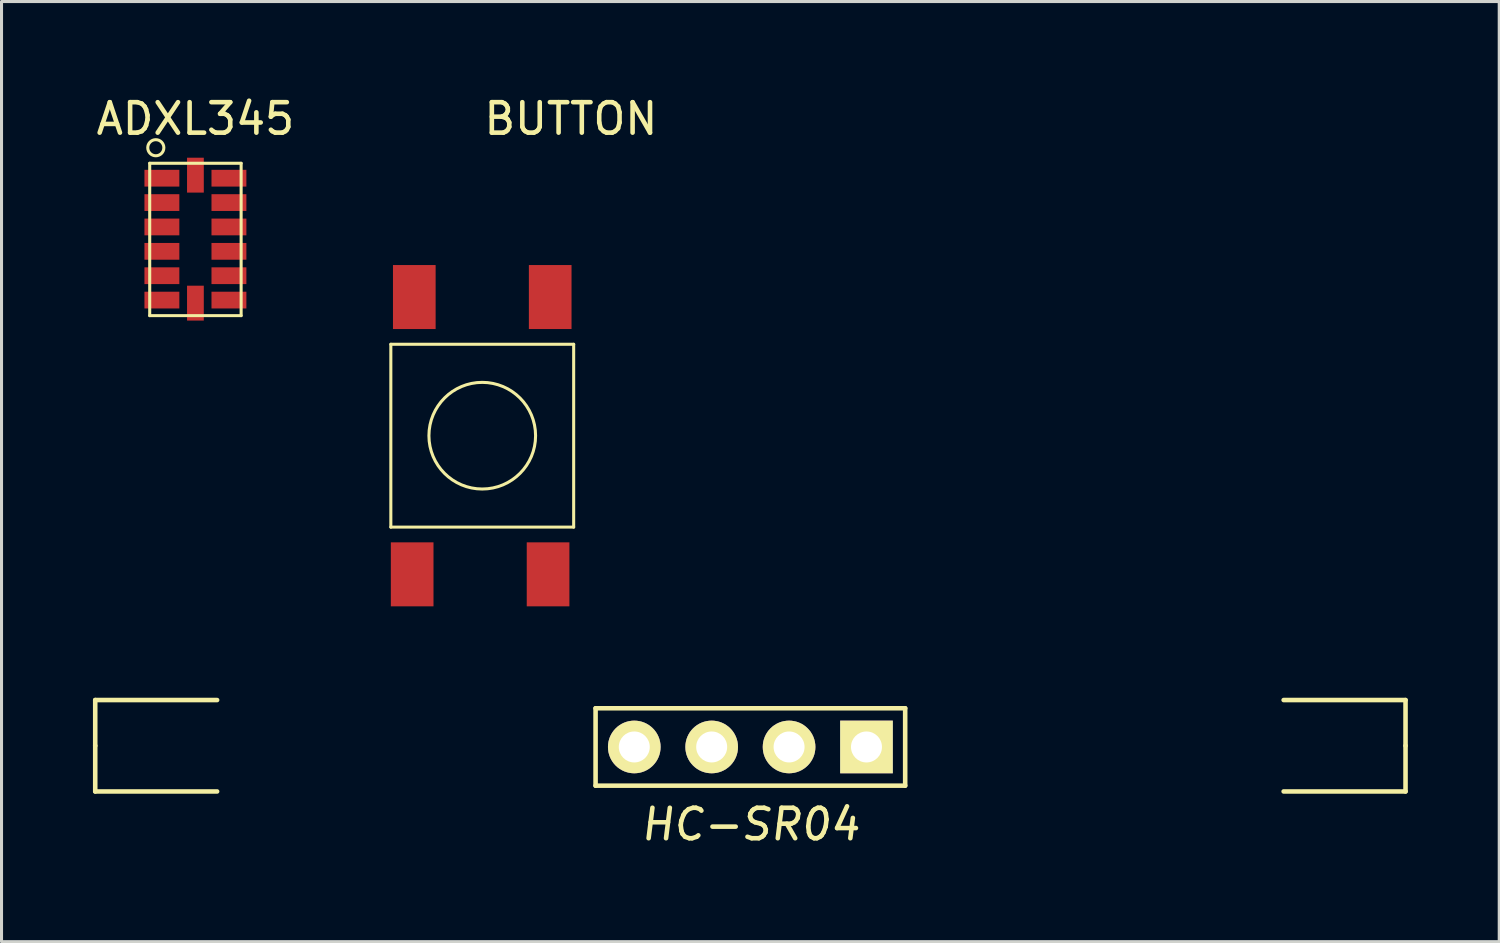
<source format=kicad_pcb>
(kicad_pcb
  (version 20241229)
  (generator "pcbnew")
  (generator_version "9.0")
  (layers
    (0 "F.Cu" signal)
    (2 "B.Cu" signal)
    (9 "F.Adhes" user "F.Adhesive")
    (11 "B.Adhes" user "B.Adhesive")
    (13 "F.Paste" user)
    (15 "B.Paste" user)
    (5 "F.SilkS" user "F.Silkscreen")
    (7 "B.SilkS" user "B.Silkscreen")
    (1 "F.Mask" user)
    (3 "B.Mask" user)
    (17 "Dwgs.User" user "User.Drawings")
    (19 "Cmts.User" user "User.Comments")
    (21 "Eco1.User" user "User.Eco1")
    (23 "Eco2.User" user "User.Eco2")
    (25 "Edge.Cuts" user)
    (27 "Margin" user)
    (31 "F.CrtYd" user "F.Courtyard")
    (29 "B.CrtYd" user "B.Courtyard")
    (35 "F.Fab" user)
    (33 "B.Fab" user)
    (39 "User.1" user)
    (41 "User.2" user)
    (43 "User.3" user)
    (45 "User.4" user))
  (footprint "HC-SR04"
    (layer "F.Cu")
    (at 21.575 21.423)
    (property "Reference" "HC-SR04" (at 0 2.58 0) (layer "F.SilkS") (effects (font (size 1 1) (thickness 0.15) (italic yes))))
    (attr through_hole)
    (fp_line (start -21.5 -1.5) (end -17.5 -1.5) (stroke (width 0.15) (type solid)) (layer "F.SilkS"))
    (fp_line (start -21.5 0) (end -21.5 -1.5) (stroke (width 0.15) (type solid)) (layer "F.SilkS"))
    (fp_line (start -21.5 0) (end -21.5 1.5) (stroke (width 0.15) (type solid)) (layer "F.SilkS"))
    (fp_line (start -21.5 1.5) (end -17.5 1.5) (stroke (width 0.15) (type solid)) (layer "F.SilkS"))
    (fp_line (start -5.08 -1.23) (end 5.08 -1.23) (stroke (width 0.15) (type solid)) (layer "F.SilkS"))
    (fp_line (start -5.08 1.31) (end -5.08 -1.23) (stroke (width 0.15) (type solid)) (layer "F.SilkS"))
    (fp_line (start 5.08 -1.23) (end 5.08 1.31) (stroke (width 0.15) (type solid)) (layer "F.SilkS"))
    (fp_line (start 5.08 1.31) (end -5.08 1.31) (stroke (width 0.15) (type solid)) (layer "F.SilkS"))
    (fp_line (start 21.5 -1.5) (end 17.5 -1.5) (stroke (width 0.15) (type solid)) (layer "F.SilkS"))
    (fp_line (start 21.5 0) (end 21.5 -1.5) (stroke (width 0.15) (type solid)) (layer "F.SilkS"))
    (fp_line (start 21.5 0) (end 21.5 1.5) (stroke (width 0.15) (type solid)) (layer "F.SilkS"))
    (fp_line (start 21.5 1.5) (end 17.5 1.5) (stroke (width 0.15) (type solid)) (layer "F.SilkS"))
    (pad "1" thru_hole rect (at 3.81 0.04) (size 1.727 1.727) (drill 1.016) (layers "*.Cu" "*.Mask" "F.SilkS"))
    (pad "2" thru_hole circle (at 1.27 0.04) (size 1.727 1.727) (drill 1.016) (layers "*.Cu" "*.Mask" "F.SilkS"))
    (pad "3" thru_hole circle (at -1.27 0.04) (size 1.727 1.727) (drill 1.016) (layers "*.Cu" "*.Mask" "F.SilkS"))
    (pad "4" thru_hole circle (at -3.81 0.04) (size 1.727 1.727) (drill 1.016) (layers "*.Cu" "*.Mask" "F.SilkS")))
  (footprint "ADXL345"
    (layer "F.Cu")
    (at 3.363 4.808)
    (property "Reference" "ADXL345" (at 0 -3.96 0) (layer "F.SilkS") (effects (font (size 1 1) (thickness 0.15))))
    (attr through_hole)
    (fp_line (start -1.5 -2.5) (end 1.5 -2.5) (stroke (width 0.1) (type solid)) (layer "F.SilkS"))
    (fp_line (start -1.5 2.5) (end -1.5 -2.5) (stroke (width 0.1) (type solid)) (layer "F.SilkS"))
    (fp_line (start 1.5 -2.5) (end 1.5 2.5) (stroke (width 0.1) (type solid)) (layer "F.SilkS"))
    (fp_line (start 1.5 2.5) (end -1.5 2.5) (stroke (width 0.1) (type solid)) (layer "F.SilkS"))
    (fp_circle (center -1.3 -3.01) (end -1.06 -2.9) (stroke (width 0.1) (type solid)) (fill no) (layer "F.SilkS"))
    (pad "1" smd rect (at -1.1 -2.01) (size 1.145 0.55) (layers "F.Cu" "F.Mask" "F.Paste"))
    (pad "2" smd rect (at -1.1 -1.21) (size 1.145 0.55) (layers "F.Cu" "F.Mask" "F.Paste"))
    (pad "3" smd rect (at -1.1 -0.41) (size 1.145 0.55) (layers "F.Cu" "F.Mask" "F.Paste"))
    (pad "4" smd rect (at -1.1 0.39) (size 1.145 0.55) (layers "F.Cu" "F.Mask" "F.Paste"))
    (pad "5" smd rect (at -1.1 1.19) (size 1.145 0.55) (layers "F.Cu" "F.Mask" "F.Paste"))
    (pad "6" smd rect (at -1.1 1.99) (size 1.145 0.55) (layers "F.Cu" "F.Mask" "F.Paste"))
    (pad "7" smd rect (at 0 2.09 90) (size 1.145 0.55) (layers "F.Cu" "F.Mask" "F.Paste"))
    (pad "8" smd rect (at 1.1 1.99) (size 1.145 0.55) (layers "F.Cu" "F.Mask" "F.Paste"))
    (pad "9" smd rect (at 1.1 1.19) (size 1.145 0.55) (layers "F.Cu" "F.Mask" "F.Paste"))
    (pad "10" smd rect (at 1.1 0.39) (size 1.145 0.55) (layers "F.Cu" "F.Mask" "F.Paste"))
    (pad "11" smd rect (at 1.1 -0.41) (size 1.145 0.55) (layers "F.Cu" "F.Mask" "F.Paste"))
    (pad "12" smd rect (at 1.1 -1.21) (size 1.145 0.55) (layers "F.Cu" "F.Mask" "F.Paste"))
    (pad "13" smd rect (at 1.1 -2.01) (size 1.145 0.55) (layers "F.Cu" "F.Mask" "F.Paste"))
    (pad "14" smd rect (at 0 -2.11 90) (size 1.145 0.55) (layers "F.Cu" "F.Mask" "F.Paste")))
  (footprint "BUTTON"
    (layer "F.Cu")
    (at 12.776 11.248)
    (property "Reference" "BUTTON" (at 2.91 -10.4 0) (layer "F.SilkS") (effects (font (size 1 1) (thickness 0.15))))
    (attr through_hole)
    (fp_line (start -3 -3) (end 3 -3) (stroke (width 0.1) (type solid)) (layer "F.SilkS"))
    (fp_line (start -3 3) (end -3 -3) (stroke (width 0.1) (type solid)) (layer "F.SilkS"))
    (fp_line (start 3 -3) (end 3 3) (stroke (width 0.1) (type solid)) (layer "F.SilkS"))
    (fp_line (start 3 3) (end -3 3) (stroke (width 0.1) (type solid)) (layer "F.SilkS"))
    (fp_circle (center 0 0) (end 1.75 0) (stroke (width 0.1) (type solid)) (fill no) (layer "F.SilkS"))
    (pad "1" smd rect (at -2.23 -4.55) (size 1.4 2.1) (layers "F.Cu" "F.Mask" "F.Paste"))
    (pad "2" smd rect (at 2.23 -4.55) (size 1.4 2.1) (layers "F.Cu" "F.Mask" "F.Paste"))
    (pad "3" smd rect (at 2.16 4.55) (size 1.4 2.1) (layers "F.Cu" "F.Mask" "F.Paste"))
    (pad "4" smd rect (at -2.3 4.55) (size 1.4 2.1) (layers "F.Cu" "F.Mask" "F.Paste")))
  (gr_rect
    (start -3 -3)
    (end 46.15 27.852)
    (stroke (width 0.1) (type default))
    (fill no)
    (layer "Edge.Cuts")))
</source>
